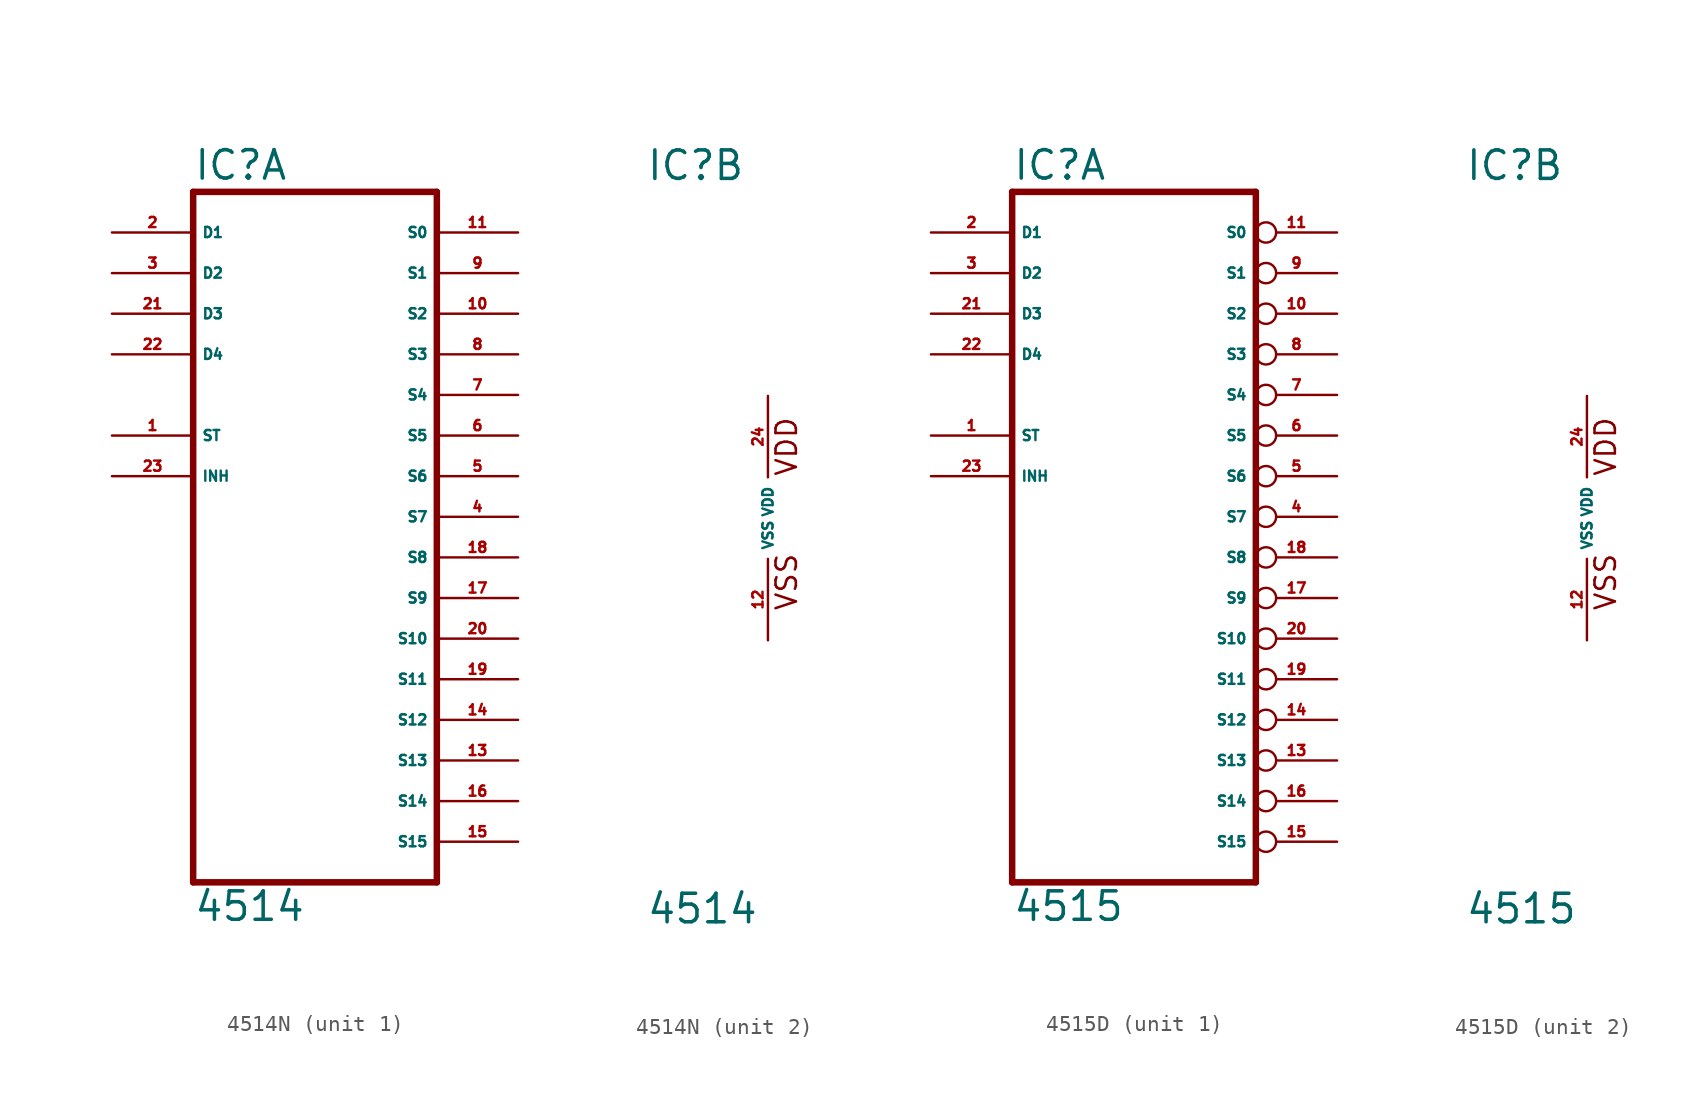
<source format=kicad_sym>
(kicad_symbol_lib
  (version 20220914)
  (generator Eagle2Kicad)
  (symbol "4514N"
    (property "Reference" "IC"
      (at -7.62 20.955 0)
      (effects (font (size 1.778 1.778) (thickness 0.22)) (justify left bottom)))
    (property "Value" "4514"
      (at -7.62 -25.4 0)
      (effects (font (size 1.778 1.778) (thickness 0.22)) (justify left bottom)))
    (symbol "4514N_1_0"
      (polyline (pts (xy -7.62 -22.86) (xy 7.62 -22.86)) (stroke (width 0.406) (type default)) (fill (type none)))
      (polyline (pts (xy 7.62 -22.86) (xy 7.62 20.32)) (stroke (width 0.406) (type default)) (fill (type none)))
      (polyline (pts (xy 7.62 20.32) (xy -7.62 20.32)) (stroke (width 0.406) (type default)) (fill (type none)))
      (polyline (pts (xy -7.62 20.32) (xy -7.62 -22.86)) (stroke (width 0.406) (type default)) (fill (type none)))
      (pin input line (at -12.7 5.08 0) (length 5.08) (name "ST" (effects (font (size 0.635 0.635) (thickness 0.08)) (justify left bottom))) (number "1" (effects (font (size 0.635 0.635) (thickness 0.08)) (justify left bottom))))
      (pin input line (at -12.7 17.78 0) (length 5.08) (name "D1" (effects (font (size 0.635 0.635) (thickness 0.08)) (justify left bottom))) (number "2" (effects (font (size 0.635 0.635) (thickness 0.08)) (justify left bottom))))
      (pin input line (at -12.7 15.24 0) (length 5.08) (name "D2" (effects (font (size 0.635 0.635) (thickness 0.08)) (justify left bottom))) (number "3" (effects (font (size 0.635 0.635) (thickness 0.08)) (justify left bottom))))
      (pin output line (at 12.7 0 180) (length 5.08) (name "S7" (effects (font (size 0.635 0.635) (thickness 0.08)) (justify left bottom))) (number "4" (effects (font (size 0.635 0.635) (thickness 0.08)) (justify left bottom))))
      (pin output line (at 12.7 2.54 180) (length 5.08) (name "S6" (effects (font (size 0.635 0.635) (thickness 0.08)) (justify left bottom))) (number "5" (effects (font (size 0.635 0.635) (thickness 0.08)) (justify left bottom))))
      (pin output line (at 12.7 5.08 180) (length 5.08) (name "S5" (effects (font (size 0.635 0.635) (thickness 0.08)) (justify left bottom))) (number "6" (effects (font (size 0.635 0.635) (thickness 0.08)) (justify left bottom))))
      (pin output line (at 12.7 7.62 180) (length 5.08) (name "S4" (effects (font (size 0.635 0.635) (thickness 0.08)) (justify left bottom))) (number "7" (effects (font (size 0.635 0.635) (thickness 0.08)) (justify left bottom))))
      (pin output line (at 12.7 10.16 180) (length 5.08) (name "S3" (effects (font (size 0.635 0.635) (thickness 0.08)) (justify left bottom))) (number "8" (effects (font (size 0.635 0.635) (thickness 0.08)) (justify left bottom))))
      (pin output line (at 12.7 15.24 180) (length 5.08) (name "S1" (effects (font (size 0.635 0.635) (thickness 0.08)) (justify left bottom))) (number "9" (effects (font (size 0.635 0.635) (thickness 0.08)) (justify left bottom))))
      (pin output line (at 12.7 12.7 180) (length 5.08) (name "S2" (effects (font (size 0.635 0.635) (thickness 0.08)) (justify left bottom))) (number "10" (effects (font (size 0.635 0.635) (thickness 0.08)) (justify left bottom))))
      (pin output line (at 12.7 17.78 180) (length 5.08) (name "S0" (effects (font (size 0.635 0.635) (thickness 0.08)) (justify left bottom))) (number "11" (effects (font (size 0.635 0.635) (thickness 0.08)) (justify left bottom))))
      (pin output line (at 12.7 -15.24 180) (length 5.08) (name "S13" (effects (font (size 0.635 0.635) (thickness 0.08)) (justify left bottom))) (number "13" (effects (font (size 0.635 0.635) (thickness 0.08)) (justify left bottom))))
      (pin output line (at 12.7 -12.7 180) (length 5.08) (name "S12" (effects (font (size 0.635 0.635) (thickness 0.08)) (justify left bottom))) (number "14" (effects (font (size 0.635 0.635) (thickness 0.08)) (justify left bottom))))
      (pin output line (at 12.7 -20.32 180) (length 5.08) (name "S15" (effects (font (size 0.635 0.635) (thickness 0.08)) (justify left bottom))) (number "15" (effects (font (size 0.635 0.635) (thickness 0.08)) (justify left bottom))))
      (pin output line (at 12.7 -17.78 180) (length 5.08) (name "S14" (effects (font (size 0.635 0.635) (thickness 0.08)) (justify left bottom))) (number "16" (effects (font (size 0.635 0.635) (thickness 0.08)) (justify left bottom))))
      (pin output line (at 12.7 -5.08 180) (length 5.08) (name "S9" (effects (font (size 0.635 0.635) (thickness 0.08)) (justify left bottom))) (number "17" (effects (font (size 0.635 0.635) (thickness 0.08)) (justify left bottom))))
      (pin output line (at 12.7 -2.54 180) (length 5.08) (name "S8" (effects (font (size 0.635 0.635) (thickness 0.08)) (justify left bottom))) (number "18" (effects (font (size 0.635 0.635) (thickness 0.08)) (justify left bottom))))
      (pin output line (at 12.7 -10.16 180) (length 5.08) (name "S11" (effects (font (size 0.635 0.635) (thickness 0.08)) (justify left bottom))) (number "19" (effects (font (size 0.635 0.635) (thickness 0.08)) (justify left bottom))))
      (pin output line (at 12.7 -7.62 180) (length 5.08) (name "S10" (effects (font (size 0.635 0.635) (thickness 0.08)) (justify left bottom))) (number "20" (effects (font (size 0.635 0.635) (thickness 0.08)) (justify left bottom))))
      (pin input line (at -12.7 12.7 0) (length 5.08) (name "D3" (effects (font (size 0.635 0.635) (thickness 0.08)) (justify left bottom))) (number "21" (effects (font (size 0.635 0.635) (thickness 0.08)) (justify left bottom))))
      (pin input line (at -12.7 10.16 0) (length 5.08) (name "D4" (effects (font (size 0.635 0.635) (thickness 0.08)) (justify left bottom))) (number "22" (effects (font (size 0.635 0.635) (thickness 0.08)) (justify left bottom))))
      (pin input line (at -12.7 2.54 0) (length 5.08) (name "INH" (effects (font (size 0.635 0.635) (thickness 0.08)) (justify left bottom))) (number "23" (effects (font (size 0.635 0.635) (thickness 0.08)) (justify left bottom)))))
    (symbol "4514N_2_0"
      (text "VDD" (at 1.905 2.54 900) (effects (font (size 1.27 1.27) (thickness 0.16)) (justify left bottom)))
      (text "VSS" (at 1.905 -5.842 900) (effects (font (size 1.27 1.27) (thickness 0.16)) (justify left bottom)))
      (pin unspecified line (at 0 -7.62 90) (length 5.08) (name "VSS" (effects (font (size 0.635 0.635) (thickness 0.08)) (justify left bottom))) (number "12" (effects (font (size 0.635 0.635) (thickness 0.08)) (justify left bottom))))
      (pin unspecified line (at 0 7.62 270) (length 5.08) (name "VDD" (effects (font (size 0.635 0.635) (thickness 0.08)) (justify left bottom))) (number "24" (effects (font (size 0.635 0.635) (thickness 0.08)) (justify left bottom))))))
  (symbol "4515D"
    (property "Reference" "IC"
      (at -7.62 20.955 0)
      (effects (font (size 1.778 1.778) (thickness 0.22)) (justify left bottom)))
    (property "Value" "4515"
      (at -7.62 -25.4 0)
      (effects (font (size 1.778 1.778) (thickness 0.22)) (justify left bottom)))
    (symbol "4515D_1_0"
      (polyline (pts (xy -7.62 -22.86) (xy 7.62 -22.86)) (stroke (width 0.406) (type default)) (fill (type none)))
      (polyline (pts (xy 7.62 -22.86) (xy 7.62 20.32)) (stroke (width 0.406) (type default)) (fill (type none)))
      (polyline (pts (xy 7.62 20.32) (xy -7.62 20.32)) (stroke (width 0.406) (type default)) (fill (type none)))
      (polyline (pts (xy -7.62 20.32) (xy -7.62 -22.86)) (stroke (width 0.406) (type default)) (fill (type none)))
      (pin input line (at -12.7 5.08 0) (length 5.08) (name "ST" (effects (font (size 0.635 0.635) (thickness 0.08)) (justify left bottom))) (number "1" (effects (font (size 0.635 0.635) (thickness 0.08)) (justify left bottom))))
      (pin input line (at -12.7 17.78 0) (length 5.08) (name "D1" (effects (font (size 0.635 0.635) (thickness 0.08)) (justify left bottom))) (number "2" (effects (font (size 0.635 0.635) (thickness 0.08)) (justify left bottom))))
      (pin input line (at -12.7 15.24 0) (length 5.08) (name "D2" (effects (font (size 0.635 0.635) (thickness 0.08)) (justify left bottom))) (number "3" (effects (font (size 0.635 0.635) (thickness 0.08)) (justify left bottom))))
      (pin output inverted (at 12.7 0 180) (length 5.08) (name "S7" (effects (font (size 0.635 0.635) (thickness 0.08)) (justify left bottom))) (number "4" (effects (font (size 0.635 0.635) (thickness 0.08)) (justify left bottom))))
      (pin output inverted (at 12.7 2.54 180) (length 5.08) (name "S6" (effects (font (size 0.635 0.635) (thickness 0.08)) (justify left bottom))) (number "5" (effects (font (size 0.635 0.635) (thickness 0.08)) (justify left bottom))))
      (pin output inverted (at 12.7 5.08 180) (length 5.08) (name "S5" (effects (font (size 0.635 0.635) (thickness 0.08)) (justify left bottom))) (number "6" (effects (font (size 0.635 0.635) (thickness 0.08)) (justify left bottom))))
      (pin output inverted (at 12.7 7.62 180) (length 5.08) (name "S4" (effects (font (size 0.635 0.635) (thickness 0.08)) (justify left bottom))) (number "7" (effects (font (size 0.635 0.635) (thickness 0.08)) (justify left bottom))))
      (pin output inverted (at 12.7 10.16 180) (length 5.08) (name "S3" (effects (font (size 0.635 0.635) (thickness 0.08)) (justify left bottom))) (number "8" (effects (font (size 0.635 0.635) (thickness 0.08)) (justify left bottom))))
      (pin output inverted (at 12.7 15.24 180) (length 5.08) (name "S1" (effects (font (size 0.635 0.635) (thickness 0.08)) (justify left bottom))) (number "9" (effects (font (size 0.635 0.635) (thickness 0.08)) (justify left bottom))))
      (pin output inverted (at 12.7 12.7 180) (length 5.08) (name "S2" (effects (font (size 0.635 0.635) (thickness 0.08)) (justify left bottom))) (number "10" (effects (font (size 0.635 0.635) (thickness 0.08)) (justify left bottom))))
      (pin output inverted (at 12.7 17.78 180) (length 5.08) (name "S0" (effects (font (size 0.635 0.635) (thickness 0.08)) (justify left bottom))) (number "11" (effects (font (size 0.635 0.635) (thickness 0.08)) (justify left bottom))))
      (pin output inverted (at 12.7 -15.24 180) (length 5.08) (name "S13" (effects (font (size 0.635 0.635) (thickness 0.08)) (justify left bottom))) (number "13" (effects (font (size 0.635 0.635) (thickness 0.08)) (justify left bottom))))
      (pin output inverted (at 12.7 -12.7 180) (length 5.08) (name "S12" (effects (font (size 0.635 0.635) (thickness 0.08)) (justify left bottom))) (number "14" (effects (font (size 0.635 0.635) (thickness 0.08)) (justify left bottom))))
      (pin output inverted (at 12.7 -20.32 180) (length 5.08) (name "S15" (effects (font (size 0.635 0.635) (thickness 0.08)) (justify left bottom))) (number "15" (effects (font (size 0.635 0.635) (thickness 0.08)) (justify left bottom))))
      (pin output inverted (at 12.7 -17.78 180) (length 5.08) (name "S14" (effects (font (size 0.635 0.635) (thickness 0.08)) (justify left bottom))) (number "16" (effects (font (size 0.635 0.635) (thickness 0.08)) (justify left bottom))))
      (pin output inverted (at 12.7 -5.08 180) (length 5.08) (name "S9" (effects (font (size 0.635 0.635) (thickness 0.08)) (justify left bottom))) (number "17" (effects (font (size 0.635 0.635) (thickness 0.08)) (justify left bottom))))
      (pin output inverted (at 12.7 -2.54 180) (length 5.08) (name "S8" (effects (font (size 0.635 0.635) (thickness 0.08)) (justify left bottom))) (number "18" (effects (font (size 0.635 0.635) (thickness 0.08)) (justify left bottom))))
      (pin output inverted (at 12.7 -10.16 180) (length 5.08) (name "S11" (effects (font (size 0.635 0.635) (thickness 0.08)) (justify left bottom))) (number "19" (effects (font (size 0.635 0.635) (thickness 0.08)) (justify left bottom))))
      (pin output inverted (at 12.7 -7.62 180) (length 5.08) (name "S10" (effects (font (size 0.635 0.635) (thickness 0.08)) (justify left bottom))) (number "20" (effects (font (size 0.635 0.635) (thickness 0.08)) (justify left bottom))))
      (pin input line (at -12.7 12.7 0) (length 5.08) (name "D3" (effects (font (size 0.635 0.635) (thickness 0.08)) (justify left bottom))) (number "21" (effects (font (size 0.635 0.635) (thickness 0.08)) (justify left bottom))))
      (pin input line (at -12.7 10.16 0) (length 5.08) (name "D4" (effects (font (size 0.635 0.635) (thickness 0.08)) (justify left bottom))) (number "22" (effects (font (size 0.635 0.635) (thickness 0.08)) (justify left bottom))))
      (pin input line (at -12.7 2.54 0) (length 5.08) (name "INH" (effects (font (size 0.635 0.635) (thickness 0.08)) (justify left bottom))) (number "23" (effects (font (size 0.635 0.635) (thickness 0.08)) (justify left bottom)))))
    (symbol "4515D_2_0"
      (text "VDD" (at 1.905 2.54 900) (effects (font (size 1.27 1.27) (thickness 0.16)) (justify left bottom)))
      (text "VSS" (at 1.905 -5.842 900) (effects (font (size 1.27 1.27) (thickness 0.16)) (justify left bottom)))
      (pin unspecified line (at 0 -7.62 90) (length 5.08) (name "VSS" (effects (font (size 0.635 0.635) (thickness 0.08)) (justify left bottom))) (number "12" (effects (font (size 0.635 0.635) (thickness 0.08)) (justify left bottom))))
      (pin unspecified line (at 0 7.62 270) (length 5.08) (name "VDD" (effects (font (size 0.635 0.635) (thickness 0.08)) (justify left bottom))) (number "24" (effects (font (size 0.635 0.635) (thickness 0.08)) (justify left bottom)))))))
</source>
